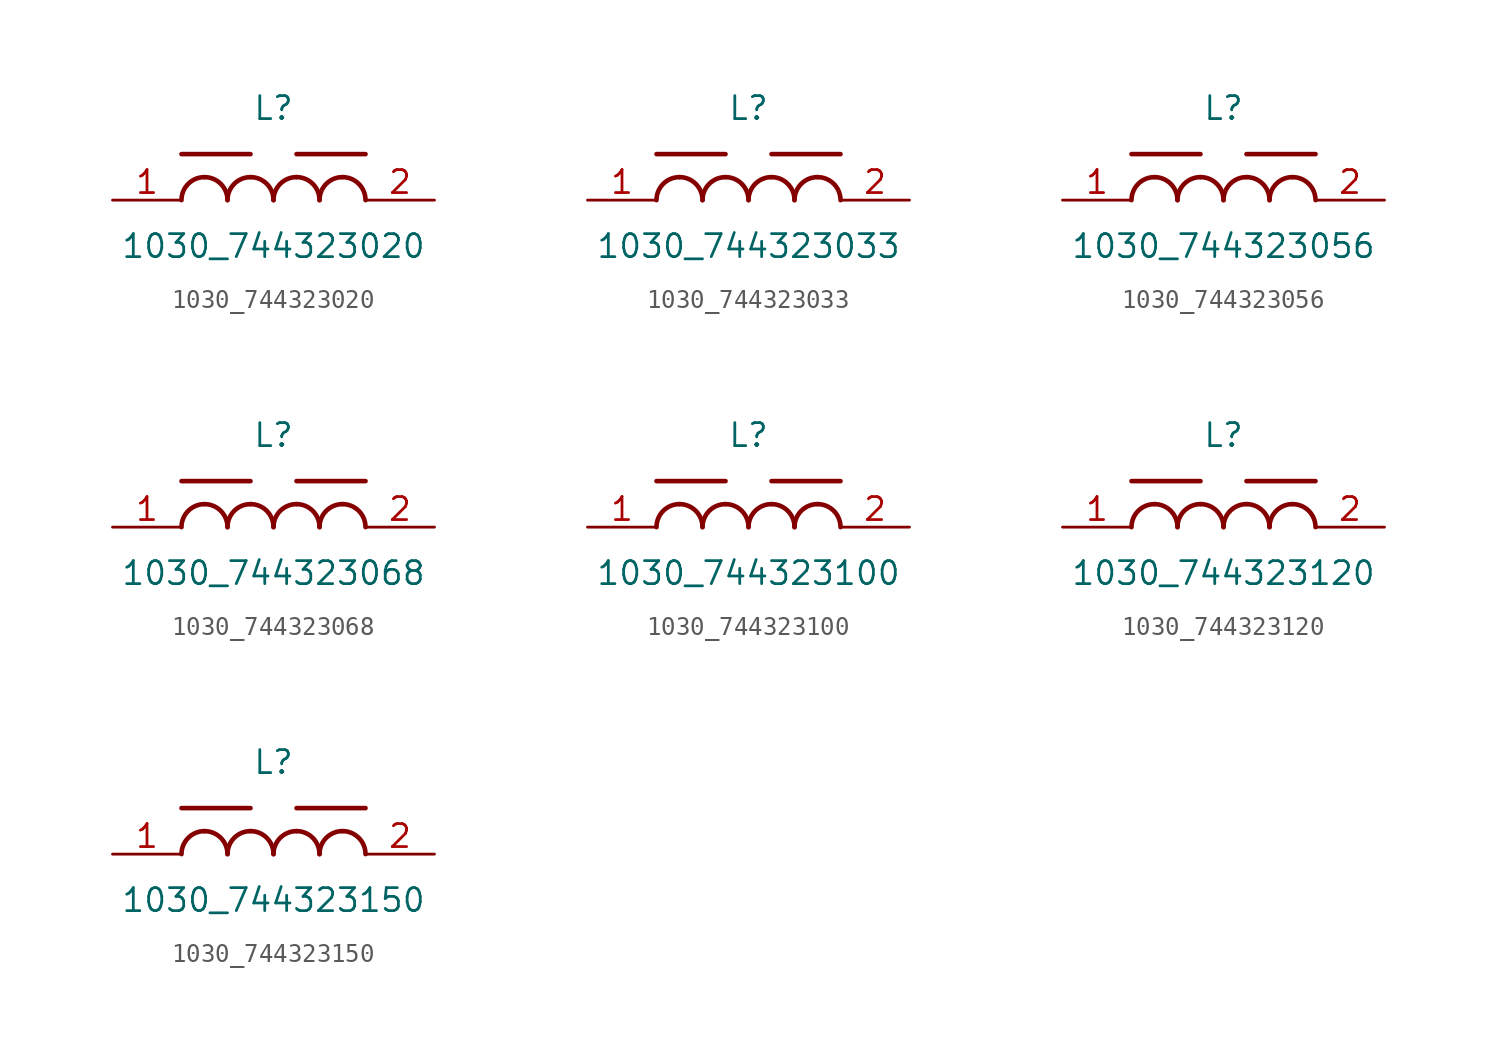
<source format=kicad_sym>
(kicad_symbol_lib
  (version 20211014)
  (generator kicad_symbol_editor)
  (symbol "Inductor_Wurth_WE-HCI:1030_744323020"
    (pin_names hide)
    (property "Reference" "L"
      (at 0 5.08 0)
      (effects (font (size 1.27 1.27))))
    (property "Value" "1030_744323020"
      (at 0 -2.54 0)
      (effects (font (size 1.27 1.27))))
    (symbol "1030_744323020_0_1"
      (arc (start -3.81 1.27) (mid -4.708 0.898) (end -5.08 0) (stroke (width 0.254) (type default) (color 0 0 0 0)) (fill (type none)))
      (arc (start -2.54 0) (mid -2.912 0.898) (end -3.81 1.27) (stroke (width 0.254) (type default) (color 0 0 0 0)) (fill (type none)))
      (arc (start -1.2699 1.2701) (mid -2.1679 0.8981) (end -2.5399 0.0001) (stroke (width 0.254) (type default) (color 0 0 0 0)) (fill (type none)))
      (polyline (pts (xy -5.08 2.54) (xy -1.27 2.54)) (stroke (width 0.254) (type default) (color 0 0 0 0)) (fill (type none)))
      (polyline (pts (xy 5.08 2.54) (xy 1.27 2.54)) (stroke (width 0.254) (type default) (color 0 0 0 0)) (fill (type none)))
      (arc (start 0.0001 0.0001) (mid -0.3719 0.8981) (end -1.2699 1.2701) (stroke (width 0.254) (type default) (color 0 0 0 0)) (fill (type none)))
      (arc (start 1.2701 1.2701) (mid 0.3721 0.8981) (end 0.0001 0.0001) (stroke (width 0.254) (type default) (color 0 0 0 0)) (fill (type none)))
      (arc (start 2.5401 0.0001) (mid 2.1681 0.8981) (end 1.2701 1.2701) (stroke (width 0.254) (type default) (color 0 0 0 0)) (fill (type none)))
      (arc (start 3.8101 1.2701) (mid 2.9121 0.8981) (end 2.5401 0.0001) (stroke (width 0.254) (type default) (color 0 0 0 0)) (fill (type none)))
      (arc (start 5.0801 0.0001) (mid 4.7081 0.8981) (end 3.8101 1.2701) (stroke (width 0.254) (type default) (color 0 0 0 0)) (fill (type none))))
    (symbol "1030_744323020_1_1"
      (pin passive line (at -8.89 0 0) (length 3.81) (name "1" (effects (font (size 1.27 1.27)))) (number "1" (effects (font (size 1.27 1.27)))))
      (pin passive line (at 8.89 0 180) (length 3.81) (name "2" (effects (font (size 1.27 1.27)))) (number "2" (effects (font (size 1.27 1.27)))))))
  (symbol "Inductor_Wurth_WE-HCI:1030_744323033"
    (pin_names hide)
    (property "Reference" "L"
      (at 0 5.08 0)
      (effects (font (size 1.27 1.27))))
    (property "Value" "1030_744323033"
      (at 0 -2.54 0)
      (effects (font (size 1.27 1.27))))
    (symbol "1030_744323033_0_1"
      (arc (start -3.81 1.27) (mid -4.708 0.898) (end -5.08 0) (stroke (width 0.254) (type default) (color 0 0 0 0)) (fill (type none)))
      (arc (start -2.54 0) (mid -2.912 0.898) (end -3.81 1.27) (stroke (width 0.254) (type default) (color 0 0 0 0)) (fill (type none)))
      (arc (start -1.2699 1.2701) (mid -2.1679 0.8981) (end -2.5399 0.0001) (stroke (width 0.254) (type default) (color 0 0 0 0)) (fill (type none)))
      (polyline (pts (xy -5.08 2.54) (xy -1.27 2.54)) (stroke (width 0.254) (type default) (color 0 0 0 0)) (fill (type none)))
      (polyline (pts (xy 5.08 2.54) (xy 1.27 2.54)) (stroke (width 0.254) (type default) (color 0 0 0 0)) (fill (type none)))
      (arc (start 0.0001 0.0001) (mid -0.3719 0.8981) (end -1.2699 1.2701) (stroke (width 0.254) (type default) (color 0 0 0 0)) (fill (type none)))
      (arc (start 1.2701 1.2701) (mid 0.3721 0.8981) (end 0.0001 0.0001) (stroke (width 0.254) (type default) (color 0 0 0 0)) (fill (type none)))
      (arc (start 2.5401 0.0001) (mid 2.1681 0.8981) (end 1.2701 1.2701) (stroke (width 0.254) (type default) (color 0 0 0 0)) (fill (type none)))
      (arc (start 3.8101 1.2701) (mid 2.9121 0.8981) (end 2.5401 0.0001) (stroke (width 0.254) (type default) (color 0 0 0 0)) (fill (type none)))
      (arc (start 5.0801 0.0001) (mid 4.7081 0.8981) (end 3.8101 1.2701) (stroke (width 0.254) (type default) (color 0 0 0 0)) (fill (type none))))
    (symbol "1030_744323033_1_1"
      (pin passive line (at -8.89 0 0) (length 3.81) (name "1" (effects (font (size 1.27 1.27)))) (number "1" (effects (font (size 1.27 1.27)))))
      (pin passive line (at 8.89 0 180) (length 3.81) (name "2" (effects (font (size 1.27 1.27)))) (number "2" (effects (font (size 1.27 1.27)))))))
  (symbol "Inductor_Wurth_WE-HCI:1030_744323056"
    (pin_names hide)
    (property "Reference" "L"
      (at 0 5.08 0)
      (effects (font (size 1.27 1.27))))
    (property "Value" "1030_744323056"
      (at 0 -2.54 0)
      (effects (font (size 1.27 1.27))))
    (symbol "1030_744323056_0_1"
      (arc (start -3.81 1.27) (mid -4.708 0.898) (end -5.08 0) (stroke (width 0.254) (type default) (color 0 0 0 0)) (fill (type none)))
      (arc (start -2.54 0) (mid -2.912 0.898) (end -3.81 1.27) (stroke (width 0.254) (type default) (color 0 0 0 0)) (fill (type none)))
      (arc (start -1.2699 1.2701) (mid -2.1679 0.8981) (end -2.5399 0.0001) (stroke (width 0.254) (type default) (color 0 0 0 0)) (fill (type none)))
      (polyline (pts (xy -5.08 2.54) (xy -1.27 2.54)) (stroke (width 0.254) (type default) (color 0 0 0 0)) (fill (type none)))
      (polyline (pts (xy 5.08 2.54) (xy 1.27 2.54)) (stroke (width 0.254) (type default) (color 0 0 0 0)) (fill (type none)))
      (arc (start 0.0001 0.0001) (mid -0.3719 0.8981) (end -1.2699 1.2701) (stroke (width 0.254) (type default) (color 0 0 0 0)) (fill (type none)))
      (arc (start 1.2701 1.2701) (mid 0.3721 0.8981) (end 0.0001 0.0001) (stroke (width 0.254) (type default) (color 0 0 0 0)) (fill (type none)))
      (arc (start 2.5401 0.0001) (mid 2.1681 0.8981) (end 1.2701 1.2701) (stroke (width 0.254) (type default) (color 0 0 0 0)) (fill (type none)))
      (arc (start 3.8101 1.2701) (mid 2.9121 0.8981) (end 2.5401 0.0001) (stroke (width 0.254) (type default) (color 0 0 0 0)) (fill (type none)))
      (arc (start 5.0801 0.0001) (mid 4.7081 0.8981) (end 3.8101 1.2701) (stroke (width 0.254) (type default) (color 0 0 0 0)) (fill (type none))))
    (symbol "1030_744323056_1_1"
      (pin passive line (at -8.89 0 0) (length 3.81) (name "1" (effects (font (size 1.27 1.27)))) (number "1" (effects (font (size 1.27 1.27)))))
      (pin passive line (at 8.89 0 180) (length 3.81) (name "2" (effects (font (size 1.27 1.27)))) (number "2" (effects (font (size 1.27 1.27)))))))
  (symbol "Inductor_Wurth_WE-HCI:1030_744323068"
    (pin_names hide)
    (property "Reference" "L"
      (at 0 5.08 0)
      (effects (font (size 1.27 1.27))))
    (property "Value" "1030_744323068"
      (at 0 -2.54 0)
      (effects (font (size 1.27 1.27))))
    (symbol "1030_744323068_0_1"
      (arc (start -3.81 1.27) (mid -4.708 0.898) (end -5.08 0) (stroke (width 0.254) (type default) (color 0 0 0 0)) (fill (type none)))
      (arc (start -2.54 0) (mid -2.912 0.898) (end -3.81 1.27) (stroke (width 0.254) (type default) (color 0 0 0 0)) (fill (type none)))
      (arc (start -1.2699 1.2701) (mid -2.1679 0.8981) (end -2.5399 0.0001) (stroke (width 0.254) (type default) (color 0 0 0 0)) (fill (type none)))
      (polyline (pts (xy -5.08 2.54) (xy -1.27 2.54)) (stroke (width 0.254) (type default) (color 0 0 0 0)) (fill (type none)))
      (polyline (pts (xy 5.08 2.54) (xy 1.27 2.54)) (stroke (width 0.254) (type default) (color 0 0 0 0)) (fill (type none)))
      (arc (start 0.0001 0.0001) (mid -0.3719 0.8981) (end -1.2699 1.2701) (stroke (width 0.254) (type default) (color 0 0 0 0)) (fill (type none)))
      (arc (start 1.2701 1.2701) (mid 0.3721 0.8981) (end 0.0001 0.0001) (stroke (width 0.254) (type default) (color 0 0 0 0)) (fill (type none)))
      (arc (start 2.5401 0.0001) (mid 2.1681 0.8981) (end 1.2701 1.2701) (stroke (width 0.254) (type default) (color 0 0 0 0)) (fill (type none)))
      (arc (start 3.8101 1.2701) (mid 2.9121 0.8981) (end 2.5401 0.0001) (stroke (width 0.254) (type default) (color 0 0 0 0)) (fill (type none)))
      (arc (start 5.0801 0.0001) (mid 4.7081 0.8981) (end 3.8101 1.2701) (stroke (width 0.254) (type default) (color 0 0 0 0)) (fill (type none))))
    (symbol "1030_744323068_1_1"
      (pin passive line (at -8.89 0 0) (length 3.81) (name "1" (effects (font (size 1.27 1.27)))) (number "1" (effects (font (size 1.27 1.27)))))
      (pin passive line (at 8.89 0 180) (length 3.81) (name "2" (effects (font (size 1.27 1.27)))) (number "2" (effects (font (size 1.27 1.27)))))))
  (symbol "Inductor_Wurth_WE-HCI:1030_744323100"
    (pin_names hide)
    (property "Reference" "L"
      (at 0 5.08 0)
      (effects (font (size 1.27 1.27))))
    (property "Value" "1030_744323100"
      (at 0 -2.54 0)
      (effects (font (size 1.27 1.27))))
    (symbol "1030_744323100_0_1"
      (arc (start -3.81 1.27) (mid -4.708 0.898) (end -5.08 0) (stroke (width 0.254) (type default) (color 0 0 0 0)) (fill (type none)))
      (arc (start -2.54 0) (mid -2.912 0.898) (end -3.81 1.27) (stroke (width 0.254) (type default) (color 0 0 0 0)) (fill (type none)))
      (arc (start -1.2699 1.2701) (mid -2.1679 0.8981) (end -2.5399 0.0001) (stroke (width 0.254) (type default) (color 0 0 0 0)) (fill (type none)))
      (polyline (pts (xy -5.08 2.54) (xy -1.27 2.54)) (stroke (width 0.254) (type default) (color 0 0 0 0)) (fill (type none)))
      (polyline (pts (xy 5.08 2.54) (xy 1.27 2.54)) (stroke (width 0.254) (type default) (color 0 0 0 0)) (fill (type none)))
      (arc (start 0.0001 0.0001) (mid -0.3719 0.8981) (end -1.2699 1.2701) (stroke (width 0.254) (type default) (color 0 0 0 0)) (fill (type none)))
      (arc (start 1.2701 1.2701) (mid 0.3721 0.8981) (end 0.0001 0.0001) (stroke (width 0.254) (type default) (color 0 0 0 0)) (fill (type none)))
      (arc (start 2.5401 0.0001) (mid 2.1681 0.8981) (end 1.2701 1.2701) (stroke (width 0.254) (type default) (color 0 0 0 0)) (fill (type none)))
      (arc (start 3.8101 1.2701) (mid 2.9121 0.8981) (end 2.5401 0.0001) (stroke (width 0.254) (type default) (color 0 0 0 0)) (fill (type none)))
      (arc (start 5.0801 0.0001) (mid 4.7081 0.8981) (end 3.8101 1.2701) (stroke (width 0.254) (type default) (color 0 0 0 0)) (fill (type none))))
    (symbol "1030_744323100_1_1"
      (pin passive line (at -8.89 0 0) (length 3.81) (name "1" (effects (font (size 1.27 1.27)))) (number "1" (effects (font (size 1.27 1.27)))))
      (pin passive line (at 8.89 0 180) (length 3.81) (name "2" (effects (font (size 1.27 1.27)))) (number "2" (effects (font (size 1.27 1.27)))))))
  (symbol "Inductor_Wurth_WE-HCI:1030_744323120"
    (pin_names hide)
    (property "Reference" "L"
      (at 0 5.08 0)
      (effects (font (size 1.27 1.27))))
    (property "Value" "1030_744323120"
      (at 0 -2.54 0)
      (effects (font (size 1.27 1.27))))
    (symbol "1030_744323120_0_1"
      (arc (start -3.81 1.27) (mid -4.708 0.898) (end -5.08 0) (stroke (width 0.254) (type default) (color 0 0 0 0)) (fill (type none)))
      (arc (start -2.54 0) (mid -2.912 0.898) (end -3.81 1.27) (stroke (width 0.254) (type default) (color 0 0 0 0)) (fill (type none)))
      (arc (start -1.2699 1.2701) (mid -2.1679 0.8981) (end -2.5399 0.0001) (stroke (width 0.254) (type default) (color 0 0 0 0)) (fill (type none)))
      (polyline (pts (xy -5.08 2.54) (xy -1.27 2.54)) (stroke (width 0.254) (type default) (color 0 0 0 0)) (fill (type none)))
      (polyline (pts (xy 5.08 2.54) (xy 1.27 2.54)) (stroke (width 0.254) (type default) (color 0 0 0 0)) (fill (type none)))
      (arc (start 0.0001 0.0001) (mid -0.3719 0.8981) (end -1.2699 1.2701) (stroke (width 0.254) (type default) (color 0 0 0 0)) (fill (type none)))
      (arc (start 1.2701 1.2701) (mid 0.3721 0.8981) (end 0.0001 0.0001) (stroke (width 0.254) (type default) (color 0 0 0 0)) (fill (type none)))
      (arc (start 2.5401 0.0001) (mid 2.1681 0.8981) (end 1.2701 1.2701) (stroke (width 0.254) (type default) (color 0 0 0 0)) (fill (type none)))
      (arc (start 3.8101 1.2701) (mid 2.9121 0.8981) (end 2.5401 0.0001) (stroke (width 0.254) (type default) (color 0 0 0 0)) (fill (type none)))
      (arc (start 5.0801 0.0001) (mid 4.7081 0.8981) (end 3.8101 1.2701) (stroke (width 0.254) (type default) (color 0 0 0 0)) (fill (type none))))
    (symbol "1030_744323120_1_1"
      (pin passive line (at -8.89 0 0) (length 3.81) (name "1" (effects (font (size 1.27 1.27)))) (number "1" (effects (font (size 1.27 1.27)))))
      (pin passive line (at 8.89 0 180) (length 3.81) (name "2" (effects (font (size 1.27 1.27)))) (number "2" (effects (font (size 1.27 1.27)))))))
  (symbol "Inductor_Wurth_WE-HCI:1030_744323150"
    (pin_names hide)
    (property "Reference" "L"
      (at 0 5.08 0)
      (effects (font (size 1.27 1.27))))
    (property "Value" "1030_744323150"
      (at 0 -2.54 0)
      (effects (font (size 1.27 1.27))))
    (symbol "1030_744323150_0_1"
      (arc (start -3.81 1.27) (mid -4.708 0.898) (end -5.08 0) (stroke (width 0.254) (type default) (color 0 0 0 0)) (fill (type none)))
      (arc (start -2.54 0) (mid -2.912 0.898) (end -3.81 1.27) (stroke (width 0.254) (type default) (color 0 0 0 0)) (fill (type none)))
      (arc (start -1.2699 1.2701) (mid -2.1679 0.8981) (end -2.5399 0.0001) (stroke (width 0.254) (type default) (color 0 0 0 0)) (fill (type none)))
      (polyline (pts (xy -5.08 2.54) (xy -1.27 2.54)) (stroke (width 0.254) (type default) (color 0 0 0 0)) (fill (type none)))
      (polyline (pts (xy 5.08 2.54) (xy 1.27 2.54)) (stroke (width 0.254) (type default) (color 0 0 0 0)) (fill (type none)))
      (arc (start 0.0001 0.0001) (mid -0.3719 0.8981) (end -1.2699 1.2701) (stroke (width 0.254) (type default) (color 0 0 0 0)) (fill (type none)))
      (arc (start 1.2701 1.2701) (mid 0.3721 0.8981) (end 0.0001 0.0001) (stroke (width 0.254) (type default) (color 0 0 0 0)) (fill (type none)))
      (arc (start 2.5401 0.0001) (mid 2.1681 0.8981) (end 1.2701 1.2701) (stroke (width 0.254) (type default) (color 0 0 0 0)) (fill (type none)))
      (arc (start 3.8101 1.2701) (mid 2.9121 0.8981) (end 2.5401 0.0001) (stroke (width 0.254) (type default) (color 0 0 0 0)) (fill (type none)))
      (arc (start 5.0801 0.0001) (mid 4.7081 0.8981) (end 3.8101 1.2701) (stroke (width 0.254) (type default) (color 0 0 0 0)) (fill (type none))))
    (symbol "1030_744323150_1_1"
      (pin passive line (at -8.89 0 0) (length 3.81) (name "1" (effects (font (size 1.27 1.27)))) (number "1" (effects (font (size 1.27 1.27)))))
      (pin passive line (at 8.89 0 180) (length 3.81) (name "2" (effects (font (size 1.27 1.27)))) (number "2" (effects (font (size 1.27 1.27))))))))
</source>
